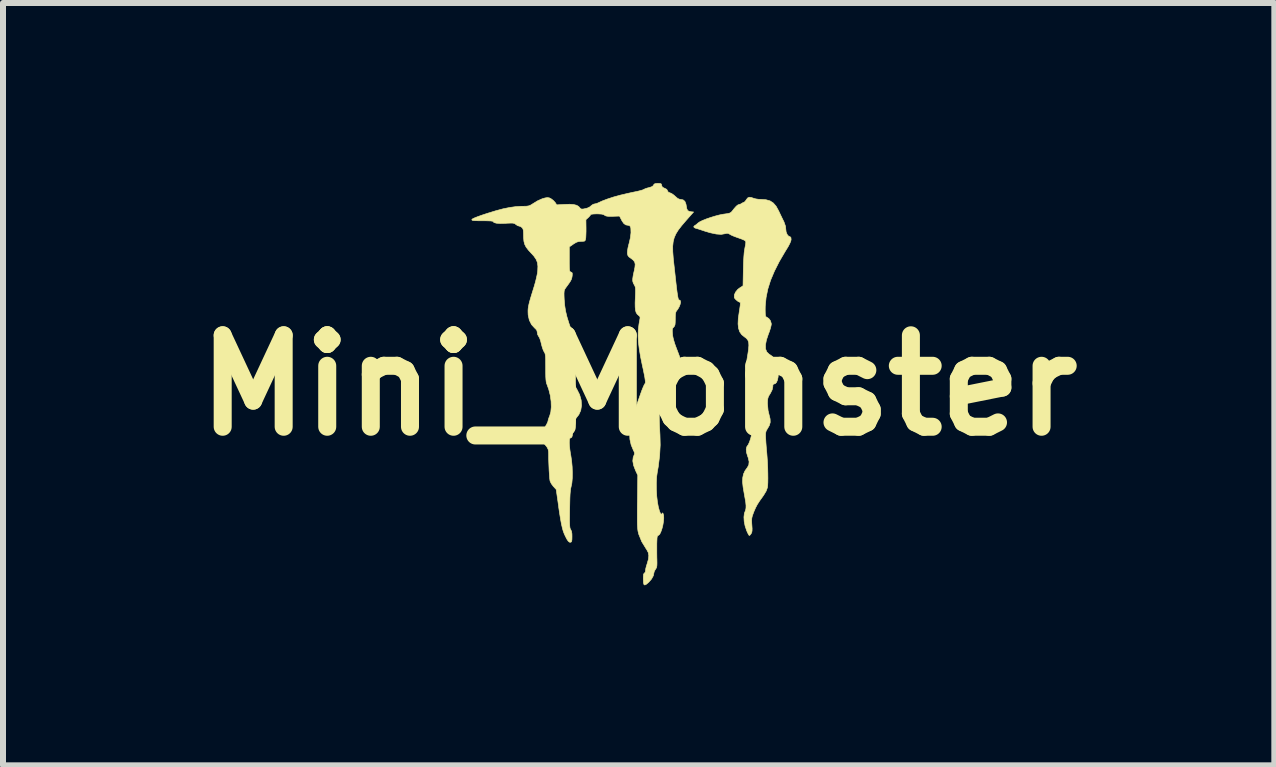
<source format=kicad_pcb>
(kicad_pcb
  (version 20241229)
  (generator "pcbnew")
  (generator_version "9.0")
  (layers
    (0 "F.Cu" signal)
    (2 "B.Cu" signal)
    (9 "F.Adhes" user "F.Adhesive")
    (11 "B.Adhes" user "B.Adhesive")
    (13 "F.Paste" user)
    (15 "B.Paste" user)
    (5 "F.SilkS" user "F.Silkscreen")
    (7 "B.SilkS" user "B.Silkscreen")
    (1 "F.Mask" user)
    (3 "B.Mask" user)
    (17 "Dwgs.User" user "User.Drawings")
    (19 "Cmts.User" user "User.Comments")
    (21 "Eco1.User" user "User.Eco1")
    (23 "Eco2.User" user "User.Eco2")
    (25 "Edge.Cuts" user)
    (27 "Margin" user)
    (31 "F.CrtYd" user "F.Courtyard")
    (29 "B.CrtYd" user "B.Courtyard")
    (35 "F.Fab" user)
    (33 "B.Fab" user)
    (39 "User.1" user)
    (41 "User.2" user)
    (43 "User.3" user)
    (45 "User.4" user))
  (footprint "Mini_Monster"
    (layer "F.Cu")
    (at 7.591 3.371)
    (property "Reference" "Mini_Monster" (at 0 0 0) (layer "F.SilkS") (effects (font (size 1.524 1.524) (thickness 0.3))))
    (attr through_hole)
    (fp_poly (pts (xy 1.879 -3.13) (xy 1.913 -3.118) (xy 1.952 -3.107) (xy 2.002 -3.1) (xy 2.038 -3.099) (xy 2.122 -3.093) (xy 2.189 -3.074) (xy 2.243 -3.039) (xy 2.29 -2.985) (xy 2.332 -2.908) (xy 2.337 -2.898) (xy 2.364 -2.841) (xy 2.391 -2.785) (xy 2.413 -2.74) (xy 2.42 -2.727) (xy 2.447 -2.65) (xy 2.451 -2.605) (xy 2.457 -2.556) (xy 2.474 -2.514) (xy 2.498 -2.486) (xy 2.522 -2.477) (xy 2.536 -2.465) (xy 2.54 -2.433) (xy 2.535 -2.406) (xy 2.52 -2.369) (xy 2.494 -2.318) (xy 2.453 -2.251) (xy 2.446 -2.24) (xy 2.344 -2.066) (xy 2.262 -1.904) (xy 2.198 -1.752) (xy 2.152 -1.606) (xy 2.123 -1.463) (xy 2.109 -1.321) (xy 2.108 -1.263) (xy 2.109 -1.207) (xy 2.111 -1.171) (xy 2.116 -1.151) (xy 2.124 -1.141) (xy 2.133 -1.137) (xy 2.168 -1.114) (xy 2.196 -1.076) (xy 2.209 -1.031) (xy 2.21 -1.02) (xy 2.205 -0.99) (xy 2.193 -0.944) (xy 2.175 -0.889) (xy 2.163 -0.86) (xy 2.129 -0.759) (xy 2.113 -0.676) (xy 2.114 -0.609) (xy 2.134 -0.558) (xy 2.172 -0.521) (xy 2.181 -0.516) (xy 2.234 -0.477) (xy 2.278 -0.419) (xy 2.3 -0.375) (xy 2.317 -0.321) (xy 2.327 -0.26) (xy 2.328 -0.198) (xy 2.323 -0.138) (xy 2.312 -0.087) (xy 2.295 -0.048) (xy 2.272 -0.027) (xy 2.261 -0.025) (xy 2.244 -0.021) (xy 2.236 -0.003) (xy 2.235 0.022) (xy 2.224 0.074) (xy 2.193 0.135) (xy 2.19 0.139) (xy 2.167 0.177) (xy 2.154 0.209) (xy 2.148 0.244) (xy 2.146 0.291) (xy 2.146 0.306) (xy 2.156 0.419) (xy 2.173 0.49) (xy 2.19 0.559) (xy 2.192 0.615) (xy 2.178 0.666) (xy 2.148 0.718) (xy 2.13 0.747) (xy 2.12 0.772) (xy 2.115 0.8) (xy 2.114 0.84) (xy 2.116 0.886) (xy 2.12 0.953) (xy 2.126 1.031) (xy 2.132 1.104) (xy 2.134 1.118) (xy 2.14 1.197) (xy 2.146 1.284) (xy 2.15 1.375) (xy 2.152 1.464) (xy 2.153 1.547) (xy 2.152 1.618) (xy 2.149 1.673) (xy 2.145 1.703) (xy 2.124 1.761) (xy 2.083 1.829) (xy 2.068 1.851) (xy 2.017 1.922) (xy 1.978 1.982) (xy 1.948 2.039) (xy 1.921 2.101) (xy 1.911 2.127) (xy 1.894 2.174) (xy 1.885 2.211) (xy 1.882 2.25) (xy 1.884 2.299) (xy 1.886 2.327) (xy 1.89 2.385) (xy 1.889 2.424) (xy 1.884 2.45) (xy 1.874 2.47) (xy 1.856 2.493) (xy 1.843 2.502) (xy 1.834 2.491) (xy 1.818 2.462) (xy 1.8 2.422) (xy 1.798 2.416) (xy 1.773 2.342) (xy 1.758 2.265) (xy 1.754 2.194) (xy 1.761 2.134) (xy 1.77 2.108) (xy 1.782 2.078) (xy 1.788 2.045) (xy 1.789 2.003) (xy 1.784 1.949) (xy 1.772 1.879) (xy 1.758 1.8) (xy 1.74 1.695) (xy 1.731 1.609) (xy 1.734 1.538) (xy 1.747 1.477) (xy 1.772 1.423) (xy 1.809 1.371) (xy 1.812 1.367) (xy 1.835 1.324) (xy 1.84 1.271) (xy 1.825 1.205) (xy 1.816 1.181) (xy 1.797 1.118) (xy 1.792 1.064) (xy 1.801 1.024) (xy 1.809 1.012) (xy 1.828 0.984) (xy 1.848 0.939) (xy 1.866 0.884) (xy 1.879 0.832) (xy 1.883 0.802) (xy 1.885 0.752) (xy 1.885 0.688) (xy 1.884 0.616) (xy 1.883 0.569) (xy 1.881 0.487) (xy 1.88 0.425) (xy 1.881 0.38) (xy 1.885 0.346) (xy 1.891 0.319) (xy 1.897 0.301) (xy 1.908 0.268) (xy 1.912 0.24) (xy 1.908 0.207) (xy 1.899 0.164) (xy 1.89 0.109) (xy 1.883 0.043) (xy 1.88 -0.02) (xy 1.88 -0.021) (xy 1.878 -0.071) (xy 1.874 -0.109) (xy 1.869 -0.131) (xy 1.867 -0.134) (xy 1.848 -0.154) (xy 1.828 -0.191) (xy 1.809 -0.236) (xy 1.796 -0.28) (xy 1.79 -0.314) (xy 1.793 -0.345) (xy 1.799 -0.395) (xy 1.808 -0.455) (xy 1.818 -0.514) (xy 1.831 -0.601) (xy 1.836 -0.667) (xy 1.833 -0.717) (xy 1.819 -0.754) (xy 1.795 -0.784) (xy 1.764 -0.807) (xy 1.717 -0.845) (xy 1.684 -0.892) (xy 1.664 -0.951) (xy 1.656 -1.024) (xy 1.66 -1.115) (xy 1.676 -1.225) (xy 1.685 -1.284) (xy 1.692 -1.333) (xy 1.694 -1.367) (xy 1.693 -1.381) (xy 1.693 -1.381) (xy 1.656 -1.399) (xy 1.622 -1.426) (xy 1.598 -1.454) (xy 1.593 -1.465) (xy 1.594 -1.508) (xy 1.615 -1.555) (xy 1.651 -1.599) (xy 1.685 -1.625) (xy 1.739 -1.66) (xy 1.744 -1.925) (xy 1.747 -2.042) (xy 1.752 -2.136) (xy 1.758 -2.212) (xy 1.767 -2.271) (xy 1.77 -2.29) (xy 1.781 -2.345) (xy 1.785 -2.381) (xy 1.781 -2.402) (xy 1.778 -2.407) (xy 1.76 -2.419) (xy 1.724 -2.435) (xy 1.677 -2.452) (xy 1.66 -2.458) (xy 1.607 -2.477) (xy 1.559 -2.496) (xy 1.526 -2.513) (xy 1.52 -2.517) (xy 1.493 -2.532) (xy 1.467 -2.534) (xy 1.439 -2.527) (xy 1.375 -2.516) (xy 1.292 -2.522) (xy 1.193 -2.543) (xy 1.105 -2.569) (xy 1.048 -2.588) (xy 0.999 -2.604) (xy 0.963 -2.615) (xy 0.947 -2.619) (xy 0.924 -2.63) (xy 0.918 -2.647) (xy 0.933 -2.662) (xy 0.935 -2.663) (xy 0.958 -2.678) (xy 0.986 -2.702) (xy 0.99 -2.706) (xy 1.018 -2.725) (xy 1.065 -2.748) (xy 1.127 -2.773) (xy 1.197 -2.797) (xy 1.271 -2.82) (xy 1.343 -2.839) (xy 1.408 -2.852) (xy 1.438 -2.856) (xy 1.488 -2.863) (xy 1.52 -2.872) (xy 1.541 -2.885) (xy 1.555 -2.9) (xy 1.596 -2.952) (xy 1.628 -2.987) (xy 1.652 -3.006) (xy 1.673 -3.014) (xy 1.673 -3.014) (xy 1.703 -3.023) (xy 1.717 -3.033) (xy 1.74 -3.046) (xy 1.749 -3.048) (xy 1.766 -3.058) (xy 1.787 -3.083) (xy 1.792 -3.092) (xy 1.816 -3.123) (xy 1.843 -3.135) (xy 1.879 -3.13)) (stroke (width 0.01) (type solid)) (fill yes) (layer "F.SilkS"))
    (fp_poly (pts (xy 0.356 -3.364) (xy 0.374 -3.358) (xy 0.382 -3.342) (xy 0.383 -3.332) (xy 0.393 -3.306) (xy 0.42 -3.289) (xy 0.432 -3.285) (xy 0.468 -3.266) (xy 0.48 -3.243) (xy 0.494 -3.219) (xy 0.522 -3.208) (xy 0.552 -3.195) (xy 0.588 -3.169) (xy 0.609 -3.15) (xy 0.651 -3.114) (xy 0.685 -3.1) (xy 0.695 -3.099) (xy 0.74 -3.091) (xy 0.77 -3.066) (xy 0.788 -3.02) (xy 0.793 -2.992) (xy 0.802 -2.943) (xy 0.816 -2.914) (xy 0.84 -2.9) (xy 0.873 -2.893) (xy 0.915 -2.889) (xy 0.786 -2.743) (xy 0.716 -2.661) (xy 0.661 -2.59) (xy 0.62 -2.524) (xy 0.592 -2.46) (xy 0.575 -2.393) (xy 0.567 -2.317) (xy 0.568 -2.229) (xy 0.576 -2.123) (xy 0.583 -2.056) (xy 0.599 -1.913) (xy 0.612 -1.794) (xy 0.623 -1.695) (xy 0.632 -1.616) (xy 0.64 -1.554) (xy 0.647 -1.507) (xy 0.653 -1.472) (xy 0.658 -1.449) (xy 0.663 -1.434) (xy 0.668 -1.426) (xy 0.674 -1.423) (xy 0.68 -1.422) (xy 0.694 -1.412) (xy 0.698 -1.386) (xy 0.691 -1.35) (xy 0.675 -1.309) (xy 0.652 -1.269) (xy 0.642 -1.256) (xy 0.626 -1.235) (xy 0.617 -1.213) (xy 0.612 -1.183) (xy 0.61 -1.138) (xy 0.61 -1.106) (xy 0.609 -1.051) (xy 0.606 -1.014) (xy 0.599 -0.991) (xy 0.588 -0.976) (xy 0.583 -0.97) (xy 0.568 -0.954) (xy 0.561 -0.934) (xy 0.56 -0.903) (xy 0.563 -0.863) (xy 0.567 -0.825) (xy 0.575 -0.786) (xy 0.587 -0.741) (xy 0.604 -0.686) (xy 0.629 -0.618) (xy 0.662 -0.532) (xy 0.678 -0.489) (xy 0.707 -0.402) (xy 0.722 -0.324) (xy 0.722 -0.259) (xy 0.709 -0.21) (xy 0.708 -0.208) (xy 0.68 -0.168) (xy 0.642 -0.126) (xy 0.601 -0.087) (xy 0.564 -0.06) (xy 0.55 -0.052) (xy 0.513 -0.024) (xy 0.49 0.023) (xy 0.483 0.09) (xy 0.483 0.091) (xy 0.476 0.146) (xy 0.458 0.195) (xy 0.433 0.231) (xy 0.42 0.241) (xy 0.398 0.266) (xy 0.394 0.291) (xy 0.386 0.327) (xy 0.368 0.359) (xy 0.356 0.378) (xy 0.349 0.401) (xy 0.345 0.435) (xy 0.343 0.485) (xy 0.343 0.523) (xy 0.344 0.589) (xy 0.347 0.67) (xy 0.351 0.755) (xy 0.355 0.826) (xy 0.359 0.993) (xy 0.349 1.173) (xy 0.326 1.357) (xy 0.311 1.441) (xy 0.299 1.526) (xy 0.294 1.627) (xy 0.295 1.736) (xy 0.301 1.845) (xy 0.313 1.947) (xy 0.329 2.033) (xy 0.33 2.035) (xy 0.347 2.095) (xy 0.363 2.133) (xy 0.376 2.146) (xy 0.376 2.146) (xy 0.392 2.137) (xy 0.394 2.13) (xy 0.398 2.124) (xy 0.406 2.134) (xy 0.416 2.165) (xy 0.418 2.212) (xy 0.413 2.269) (xy 0.403 2.33) (xy 0.388 2.389) (xy 0.37 2.44) (xy 0.351 2.479) (xy 0.331 2.498) (xy 0.329 2.499) (xy 0.318 2.504) (xy 0.31 2.517) (xy 0.306 2.542) (xy 0.304 2.583) (xy 0.302 2.634) (xy 0.302 2.707) (xy 0.302 2.792) (xy 0.303 2.872) (xy 0.304 2.896) (xy 0.305 2.957) (xy 0.304 2.998) (xy 0.3 3.026) (xy 0.292 3.046) (xy 0.281 3.063) (xy 0.262 3.094) (xy 0.254 3.124) (xy 0.254 3.124) (xy 0.244 3.172) (xy 0.215 3.225) (xy 0.172 3.275) (xy 0.164 3.283) (xy 0.127 3.314) (xy 0.102 3.326) (xy 0.088 3.318) (xy 0.08 3.287) (xy 0.078 3.233) (xy 0.077 3.232) (xy 0.078 3.18) (xy 0.081 3.149) (xy 0.089 3.133) (xy 0.095 3.129) (xy 0.11 3.111) (xy 0.114 3.085) (xy 0.118 3.053) (xy 0.129 3.009) (xy 0.142 2.969) (xy 0.163 2.895) (xy 0.169 2.837) (xy 0.16 2.786) (xy 0.134 2.736) (xy 0.124 2.722) (xy 0.051 2.603) (xy 0.001 2.479) (xy -0.005 2.454) (xy -0.011 2.43) (xy -0.015 2.401) (xy -0.018 2.365) (xy -0.021 2.319) (xy -0.022 2.261) (xy -0.022 2.186) (xy -0.022 2.093) (xy -0.021 1.979) (xy -0.02 1.937) (xy -0.015 1.497) (xy -0.052 1.418) (xy -0.085 1.332) (xy -0.098 1.259) (xy -0.091 1.198) (xy -0.083 1.178) (xy -0.071 1.148) (xy -0.069 1.125) (xy -0.079 1.098) (xy -0.087 1.083) (xy -0.125 0.992) (xy -0.146 0.898) (xy -0.151 0.792) (xy -0.15 0.763) (xy -0.148 0.733) (xy -0.147 0.708) (xy -0.144 0.684) (xy -0.14 0.659) (xy -0.134 0.631) (xy -0.124 0.596) (xy -0.111 0.553) (xy -0.093 0.498) (xy -0.069 0.429) (xy -0.039 0.344) (xy -0.002 0.238) (xy 0.03 0.147) (xy 0.052 0.086) (xy 0.073 0.034) (xy 0.09 -0.004) (xy 0.101 -0.024) (xy 0.103 -0.026) (xy 0.109 -0.036) (xy 0.112 -0.055) (xy 0.109 -0.088) (xy 0.102 -0.136) (xy 0.089 -0.202) (xy 0.071 -0.29) (xy 0.063 -0.324) (xy 0.032 -0.475) (xy 0.01 -0.607) (xy -0.004 -0.723) (xy -0.009 -0.827) (xy -0.006 -0.924) (xy 0.005 -1.017) (xy 0.014 -1.071) (xy 0.022 -1.112) (xy 0.023 -1.137) (xy 0.016 -1.152) (xy 0.001 -1.164) (xy 0.001 -1.164) (xy -0.024 -1.186) (xy -0.042 -1.214) (xy -0.053 -1.253) (xy -0.058 -1.305) (xy -0.059 -1.375) (xy -0.056 -1.452) (xy -0.053 -1.524) (xy -0.052 -1.575) (xy -0.053 -1.611) (xy -0.056 -1.636) (xy -0.063 -1.656) (xy -0.073 -1.675) (xy -0.074 -1.676) (xy -0.09 -1.707) (xy -0.099 -1.738) (xy -0.099 -1.776) (xy -0.092 -1.826) (xy -0.078 -1.893) (xy -0.075 -1.903) (xy -0.062 -1.97) (xy -0.058 -2.018) (xy -0.066 -2.054) (xy -0.087 -2.084) (xy -0.123 -2.113) (xy -0.129 -2.117) (xy -0.163 -2.142) (xy -0.18 -2.165) (xy -0.187 -2.195) (xy -0.188 -2.205) (xy -0.186 -2.241) (xy -0.178 -2.292) (xy -0.164 -2.35) (xy -0.159 -2.368) (xy -0.138 -2.459) (xy -0.128 -2.543) (xy -0.13 -2.613) (xy -0.135 -2.638) (xy -0.151 -2.662) (xy -0.174 -2.667) (xy -0.214 -2.674) (xy -0.247 -2.697) (xy -0.277 -2.74) (xy -0.286 -2.757) (xy -0.319 -2.821) (xy -0.431 -2.817) (xy -0.489 -2.816) (xy -0.527 -2.819) (xy -0.551 -2.825) (xy -0.568 -2.835) (xy -0.568 -2.836) (xy -0.588 -2.847) (xy -0.618 -2.854) (xy -0.665 -2.857) (xy -0.696 -2.858) (xy -0.748 -2.856) (xy -0.784 -2.852) (xy -0.8 -2.846) (xy -0.8 -2.845) (xy -0.809 -2.829) (xy -0.831 -2.805) (xy -0.84 -2.796) (xy -0.879 -2.761) (xy -0.877 -2.625) (xy -0.877 -2.563) (xy -0.879 -2.507) (xy -0.881 -2.463) (xy -0.884 -2.444) (xy -0.89 -2.418) (xy -0.9 -2.405) (xy -0.923 -2.401) (xy -0.956 -2.4) (xy -0.998 -2.397) (xy -1.034 -2.386) (xy -1.075 -2.363) (xy -1.088 -2.354) (xy -1.156 -2.307) (xy -1.156 -2.101) (xy -1.156 -2.025) (xy -1.155 -1.97) (xy -1.153 -1.933) (xy -1.15 -1.91) (xy -1.144 -1.897) (xy -1.136 -1.891) (xy -1.129 -1.888) (xy -1.112 -1.881) (xy -1.106 -1.865) (xy -1.107 -1.834) (xy -1.108 -1.823) (xy -1.113 -1.795) (xy -1.121 -1.768) (xy -1.136 -1.738) (xy -1.161 -1.7) (xy -1.198 -1.649) (xy -1.215 -1.626) (xy -1.229 -1.605) (xy -1.238 -1.587) (xy -1.242 -1.563) (xy -1.244 -1.53) (xy -1.243 -1.481) (xy -1.241 -1.435) (xy -1.233 -1.336) (xy -1.218 -1.239) (xy -1.194 -1.139) (xy -1.16 -1.03) (xy -1.115 -0.907) (xy -1.098 -0.863) (xy -1.059 -0.763) (xy -1.028 -0.683) (xy -1.006 -0.621) (xy -0.991 -0.575) (xy -0.982 -0.542) (xy -0.978 -0.519) (xy -0.978 -0.514) (xy -0.984 -0.481) (xy -0.999 -0.439) (xy -1.019 -0.396) (xy -1.04 -0.364) (xy -1.048 -0.356) (xy -1.056 -0.344) (xy -1.061 -0.322) (xy -1.065 -0.287) (xy -1.066 -0.233) (xy -1.067 -0.168) (xy -1.067 -0.099) (xy -1.065 -0.049) (xy -1.062 -0.014) (xy -1.056 0.012) (xy -1.047 0.034) (xy -1.033 0.059) (xy -1.03 0.064) (xy -0.984 0.155) (xy -0.958 0.246) (xy -0.952 0.335) (xy -0.965 0.417) (xy -0.997 0.488) (xy -1.026 0.524) (xy -1.05 0.558) (xy -1.057 0.596) (xy -1.056 0.607) (xy -1.059 0.645) (xy -1.069 0.694) (xy -1.079 0.729) (xy -1.093 0.774) (xy -1.102 0.814) (xy -1.105 0.835) (xy -1.114 0.863) (xy -1.13 0.873) (xy -1.144 0.88) (xy -1.152 0.895) (xy -1.155 0.926) (xy -1.156 0.96) (xy -1.153 1.009) (xy -1.146 1.072) (xy -1.136 1.139) (xy -1.13 1.171) (xy -1.117 1.26) (xy -1.108 1.357) (xy -1.105 1.455) (xy -1.106 1.547) (xy -1.113 1.628) (xy -1.126 1.689) (xy -1.133 1.72) (xy -1.138 1.761) (xy -1.143 1.814) (xy -1.146 1.884) (xy -1.148 1.973) (xy -1.15 2.066) (xy -1.151 2.164) (xy -1.152 2.239) (xy -1.151 2.295) (xy -1.149 2.336) (xy -1.146 2.365) (xy -1.142 2.384) (xy -1.136 2.397) (xy -1.132 2.403) (xy -1.119 2.431) (xy -1.112 2.473) (xy -1.111 2.521) (xy -1.112 2.568) (xy -1.116 2.596) (xy -1.124 2.609) (xy -1.134 2.614) (xy -1.154 2.612) (xy -1.174 2.595) (xy -1.197 2.561) (xy -1.224 2.508) (xy -1.242 2.468) (xy -1.258 2.425) (xy -1.272 2.374) (xy -1.286 2.313) (xy -1.3 2.238) (xy -1.315 2.146) (xy -1.332 2.032) (xy -1.334 2.012) (xy -1.374 1.734) (xy -1.423 1.681) (xy -1.455 1.638) (xy -1.475 1.597) (xy -1.478 1.585) (xy -1.483 1.546) (xy -1.487 1.489) (xy -1.492 1.419) (xy -1.495 1.345) (xy -1.498 1.272) (xy -1.5 1.208) (xy -1.5 1.159) (xy -1.5 1.159) (xy -1.501 1.105) (xy -1.509 1.064) (xy -1.529 1.026) (xy -1.563 0.984) (xy -1.576 0.969) (xy -1.611 0.926) (xy -1.631 0.888) (xy -1.635 0.849) (xy -1.623 0.804) (xy -1.594 0.749) (xy -1.564 0.7) (xy -1.538 0.658) (xy -1.52 0.622) (xy -1.511 0.598) (xy -1.511 0.597) (xy -1.506 0.573) (xy -1.494 0.536) (xy -1.484 0.513) (xy -1.464 0.445) (xy -1.456 0.36) (xy -1.459 0.265) (xy -1.473 0.166) (xy -1.498 0.067) (xy -1.526 -0.011) (xy -1.535 -0.034) (xy -1.541 -0.062) (xy -1.545 -0.097) (xy -1.548 -0.145) (xy -1.549 -0.209) (xy -1.549 -0.294) (xy -1.55 -0.377) (xy -1.55 -0.438) (xy -1.552 -0.482) (xy -1.556 -0.512) (xy -1.561 -0.533) (xy -1.569 -0.55) (xy -1.576 -0.56) (xy -1.591 -0.591) (xy -1.607 -0.637) (xy -1.621 -0.689) (xy -1.622 -0.694) (xy -1.635 -0.747) (xy -1.651 -0.79) (xy -1.665 -0.814) (xy -1.683 -0.846) (xy -1.689 -0.879) (xy -1.695 -0.913) (xy -1.717 -0.942) (xy -1.732 -0.955) (xy -1.785 -1.013) (xy -1.822 -1.087) (xy -1.841 -1.173) (xy -1.843 -1.222) (xy -1.843 -1.252) (xy -1.841 -1.28) (xy -1.837 -1.309) (xy -1.83 -1.344) (xy -1.82 -1.386) (xy -1.805 -1.44) (xy -1.784 -1.51) (xy -1.757 -1.597) (xy -1.736 -1.665) (xy -1.717 -1.734) (xy -1.7 -1.805) (xy -1.687 -1.868) (xy -1.682 -1.907) (xy -1.679 -1.985) (xy -1.687 -2.047) (xy -1.709 -2.101) (xy -1.747 -2.156) (xy -1.784 -2.196) (xy -1.838 -2.255) (xy -1.876 -2.305) (xy -1.899 -2.351) (xy -1.912 -2.401) (xy -1.917 -2.46) (xy -1.918 -2.492) (xy -1.919 -2.548) (xy -1.922 -2.585) (xy -1.929 -2.609) (xy -1.941 -2.626) (xy -1.943 -2.629) (xy -1.97 -2.648) (xy -1.992 -2.654) (xy -2.018 -2.662) (xy -2.046 -2.681) (xy -2.061 -2.693) (xy -2.078 -2.7) (xy -2.102 -2.704) (xy -2.139 -2.704) (xy -2.193 -2.702) (xy -2.219 -2.7) (xy -2.306 -2.698) (xy -2.37 -2.702) (xy -2.41 -2.713) (xy -2.425 -2.73) (xy -2.426 -2.733) (xy -2.438 -2.736) (xy -2.47 -2.74) (xy -2.52 -2.742) (xy -2.581 -2.743) (xy -2.604 -2.743) (xy -2.675 -2.743) (xy -2.725 -2.745) (xy -2.756 -2.747) (xy -2.773 -2.751) (xy -2.779 -2.758) (xy -2.779 -2.764) (xy -2.768 -2.774) (xy -2.738 -2.789) (xy -2.688 -2.809) (xy -2.616 -2.835) (xy -2.522 -2.866) (xy -2.382 -2.909) (xy -2.259 -2.942) (xy -2.15 -2.964) (xy -2.05 -2.978) (xy -1.955 -2.984) (xy -1.926 -2.984) (xy -1.873 -2.985) (xy -1.836 -2.99) (xy -1.807 -3) (xy -1.776 -3.018) (xy -1.769 -3.023) (xy -1.684 -3.075) (xy -1.608 -3.109) (xy -1.56 -3.123) (xy -1.52 -3.129) (xy -1.488 -3.124) (xy -1.46 -3.11) (xy -1.424 -3.083) (xy -1.393 -3.05) (xy -1.39 -3.046) (xy -1.365 -3.008) (xy -1.238 -3.015) (xy -1.15 -3.018) (xy -1.083 -3.013) (xy -1.034 -3.001) (xy -1 -2.981) (xy -0.986 -2.965) (xy -0.967 -2.944) (xy -0.947 -2.937) (xy -0.913 -2.94) (xy -0.91 -2.941) (xy -0.855 -2.954) (xy -0.814 -2.974) (xy -0.786 -2.998) (xy -0.758 -3.017) (xy -0.735 -3.023) (xy -0.705 -3.029) (xy -0.675 -3.041) (xy -0.608 -3.072) (xy -0.521 -3.105) (xy -0.417 -3.139) (xy -0.301 -3.171) (xy -0.177 -3.2) (xy -0.085 -3.22) (xy -0.025 -3.232) (xy 0.027 -3.245) (xy 0.065 -3.256) (xy 0.083 -3.264) (xy 0.105 -3.275) (xy 0.142 -3.288) (xy 0.168 -3.294) (xy 0.214 -3.308) (xy 0.24 -3.325) (xy 0.247 -3.337) (xy 0.26 -3.355) (xy 0.282 -3.363) (xy 0.32 -3.366) (xy 0.356 -3.364)) (stroke (width 0.01) (type solid)) (fill yes) (layer "F.SilkS")))
  (gr_rect
    (start -3 -3)
    (end 18.182 9.701)
    (stroke (width 0.1) (type default))
    (fill no)
    (layer "Edge.Cuts")))
</source>
